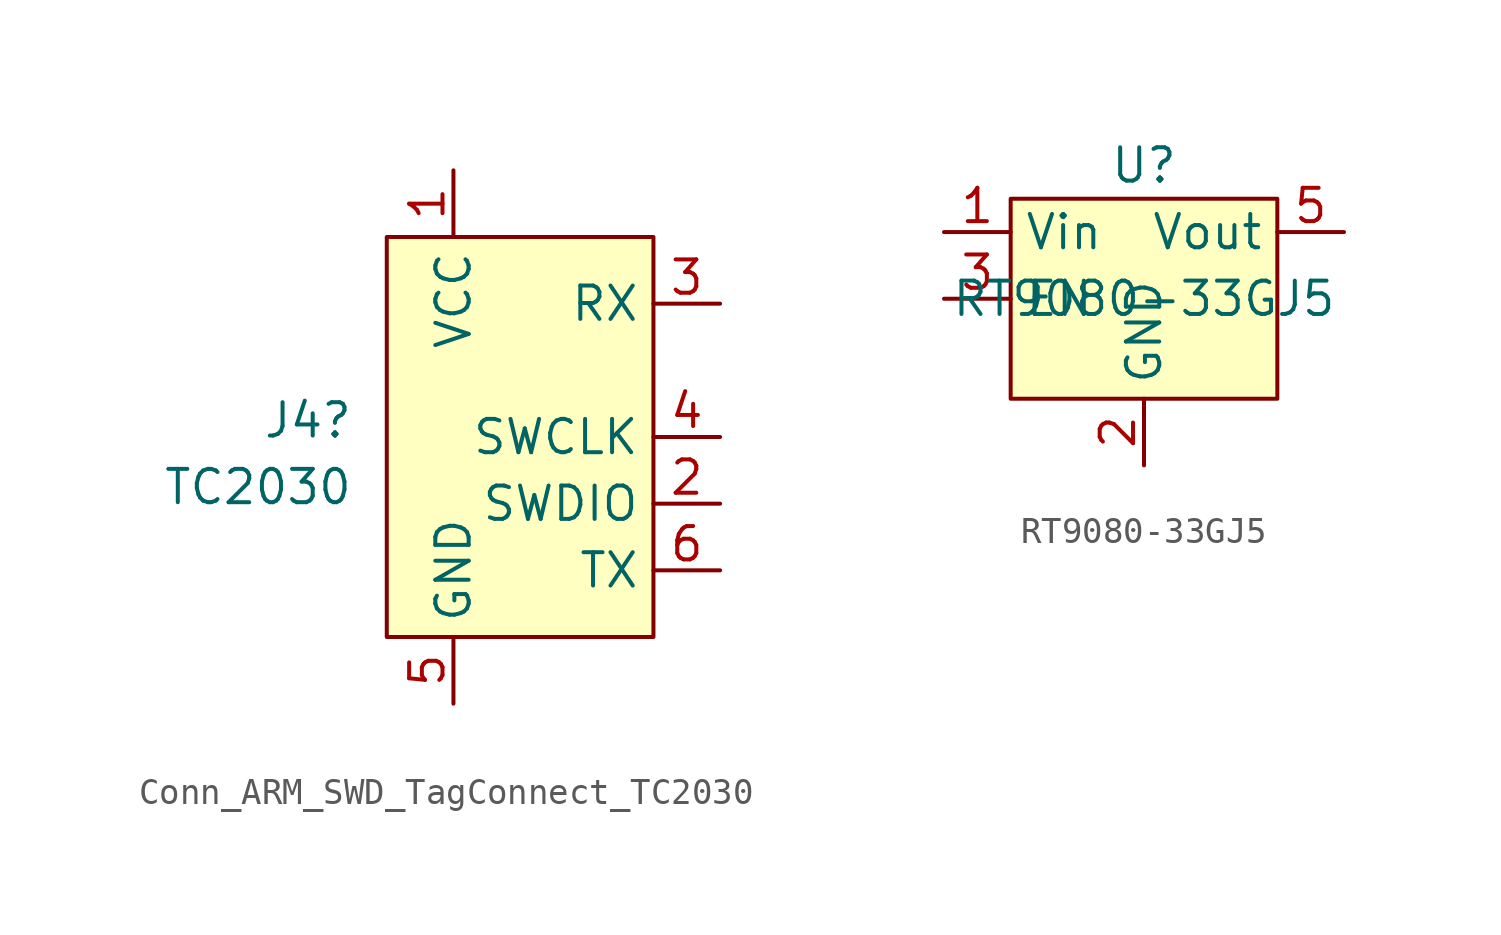
<source format=kicad_sym>
(kicad_symbol_lib
  (version 20220914)
  (generator kicad_symbol_editor)
  (symbol "Conn_ARM_SWD_TagConnect_TC2030"
    (property "Reference" "J4"
      (at -6.35 0.635 0)
      (effects (font (size 1.27 1.27)) (justify right)))
    (property "Value" "TC2030"
      (at -6.35 -1.905 0)
      (effects (font (size 1.27 1.27)) (justify right)))
    (symbol "Conn_ARM_SWD_TagConnect_TC2030_0_0"
      (pin power_in line (at -2.54 10.16 270) (length 2.54) (name "VCC" (effects (font (size 1.27 1.27)))) (number "1" (effects (font (size 1.27 1.27)))))
      (pin bidirectional line (at 7.62 -2.54 180) (length 2.54) (name "SWDIO" (effects (font (size 1.27 1.27)))) (number "2" (effects (font (size 1.27 1.27)))) (alternate "TMS" bidirectional line))
      (pin input line (at 7.62 5.08 180) (length 2.54) (name "RX" (effects (font (size 1.27 1.27)))) (number "3" (effects (font (size 1.27 1.27)))))
      (pin output line (at 7.62 0 180) (length 2.54) (name "SWCLK" (effects (font (size 1.27 1.27)))) (number "4" (effects (font (size 1.27 1.27)))) (alternate "TCK" output line))
      (pin power_in line (at -2.54 -10.16 90) (length 2.54) (name "GND" (effects (font (size 1.27 1.27)))) (number "5" (effects (font (size 1.27 1.27)))))
      (pin output line (at 7.62 -5.08 180) (length 2.54) (name "TX" (effects (font (size 1.27 1.27)))) (number "6" (effects (font (size 1.27 1.27)))) (alternate "TDO" input line)))
    (symbol "Conn_ARM_SWD_TagConnect_TC2030_0_1"
      (rectangle (start -5.08 7.62) (end 5.08 -7.62) (stroke (width 0) (type default)) (fill (type background)))))
  (symbol "RT9080-33GJ5"
    (property "Reference" "U"
      (at 0 5.08 0)
      (effects (font (size 1.27 1.27))))
    (property "Value" "RT9080-33GJ5"
      (at 0 0 0)
      (effects (font (size 1.27 1.27))))
    (symbol "RT9080-33GJ5_1_1"
      (rectangle (start -5.08 3.81) (end 5.08 -3.81) (stroke (width 0) (type default)) (fill (type background)))
      (pin power_in line (at -7.62 2.54 0) (length 2.54) (name "Vin" (effects (font (size 1.27 1.27)))) (number "1" (effects (font (size 1.27 1.27)))))
      (pin power_in line (at 0 -6.35 90) (length 2.54) (name "GND" (effects (font (size 1.27 1.27)))) (number "2" (effects (font (size 1.27 1.27)))))
      (pin input line (at -7.62 0 0) (length 2.54) (name "EN" (effects (font (size 1.27 1.27)))) (number "3" (effects (font (size 1.27 1.27)))))
      (pin no_connect line (at 5.08 0 180) (length 2.54) hide (name "NC" (effects (font (size 1.27 1.27)))) (number "4" (effects (font (size 1.27 1.27)))))
      (pin power_out line (at 7.62 2.54 180) (length 2.54) (name "Vout" (effects (font (size 1.27 1.27)))) (number "5" (effects (font (size 1.27 1.27))))))))
</source>
